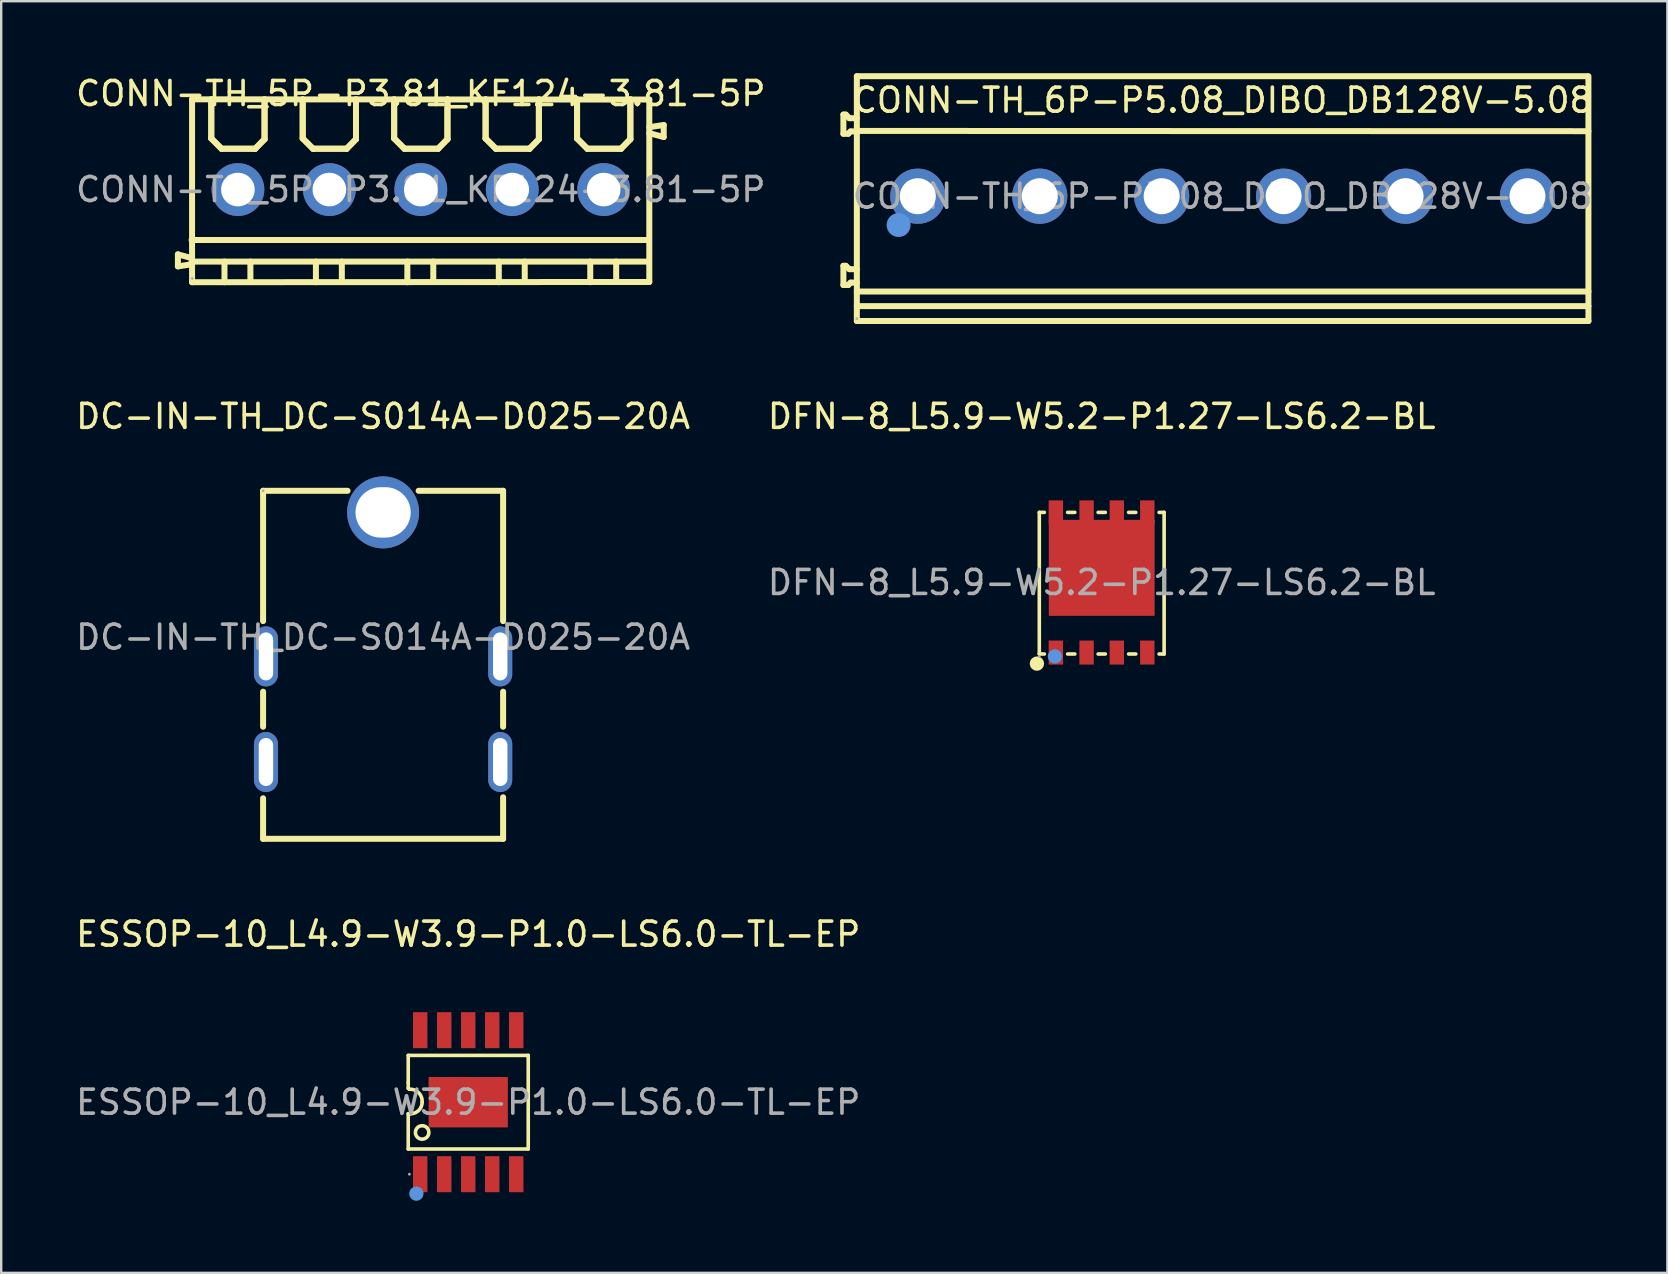
<source format=kicad_pcb>
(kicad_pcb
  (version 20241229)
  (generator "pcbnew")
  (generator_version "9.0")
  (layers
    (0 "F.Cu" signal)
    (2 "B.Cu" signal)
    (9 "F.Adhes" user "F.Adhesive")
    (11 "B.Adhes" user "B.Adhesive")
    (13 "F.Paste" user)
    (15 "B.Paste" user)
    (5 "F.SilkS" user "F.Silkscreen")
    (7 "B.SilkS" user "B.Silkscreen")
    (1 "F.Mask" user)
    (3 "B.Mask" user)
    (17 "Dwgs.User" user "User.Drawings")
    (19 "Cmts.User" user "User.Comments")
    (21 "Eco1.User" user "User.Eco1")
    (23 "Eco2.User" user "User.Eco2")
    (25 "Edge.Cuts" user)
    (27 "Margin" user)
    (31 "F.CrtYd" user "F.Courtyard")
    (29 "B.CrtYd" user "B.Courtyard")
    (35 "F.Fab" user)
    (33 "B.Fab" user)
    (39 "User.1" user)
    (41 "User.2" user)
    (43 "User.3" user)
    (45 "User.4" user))
  (footprint "CONN-TH_5P-P3.81_KF124-3.81-5P"
    (layer "F.Cu")
    (at 14.482 4.848)
    (property "Reference" "CONN-TH_5P-P3.81_KF124-3.81-5P" (at 0 -4 0) (layer "F.SilkS") (effects (font (size 1 1) (thickness 0.15))))
    (attr through_hole)
    (fp_line (start -10.12 2.7) (end -10.12 3.2) (stroke (width 0.25) (type solid)) (layer "F.SilkS"))
    (fp_line (start -10.12 3.2) (end -9.53 3.11) (stroke (width 0.25) (type solid)) (layer "F.SilkS"))
    (fp_line (start -9.55 2.1) (end 9.5 2.1) (stroke (width 0.25) (type solid)) (layer "F.SilkS"))
    (fp_line (start -9.55 3) (end 9.5 3) (stroke (width 0.25) (type solid)) (layer "F.SilkS"))
    (fp_line (start -9.53 -3.76) (end -9.53 3.86) (stroke (width 0.25) (type solid)) (layer "F.SilkS"))
    (fp_line (start -9.53 -3.76) (end 9.52 -3.75) (stroke (width 0.25) (type solid)) (layer "F.SilkS"))
    (fp_line (start -9.53 2.86) (end -10.12 2.7) (stroke (width 0.25) (type solid)) (layer "F.SilkS"))
    (fp_line (start -9.53 3.86) (end 9.52 3.85) (stroke (width 0.25) (type solid)) (layer "F.SilkS"))
    (fp_line (start -8.73 -3.76) (end -8.73 -2.13) (stroke (width 0.25) (type solid)) (layer "F.SilkS"))
    (fp_line (start -8.73 -3.76) (end -8.73 -2.13) (stroke (width 0.25) (type solid)) (layer "F.SilkS"))
    (fp_line (start -8.73 -2.13) (end -8.3 -1.7) (stroke (width 0.25) (type solid)) (layer "F.SilkS"))
    (fp_line (start -8.73 -2.13) (end -8.3 -1.7) (stroke (width 0.25) (type solid)) (layer "F.SilkS"))
    (fp_line (start -8.3 -1.7) (end -6.9 -1.7) (stroke (width 0.25) (type solid)) (layer "F.SilkS"))
    (fp_line (start -8.3 -1.7) (end -6.9 -1.7) (stroke (width 0.25) (type solid)) (layer "F.SilkS"))
    (fp_line (start -8.18 3) (end -8.18 3.86) (stroke (width 0.25) (type solid)) (layer "F.SilkS"))
    (fp_line (start -7.1 3) (end -7.1 3.85) (stroke (width 0.25) (type solid)) (layer "F.SilkS"))
    (fp_line (start -6.9 -1.7) (end -6.51 -2.1) (stroke (width 0.25) (type solid)) (layer "F.SilkS"))
    (fp_line (start -6.9 -1.7) (end -6.51 -2.1) (stroke (width 0.25) (type solid)) (layer "F.SilkS"))
    (fp_line (start -6.51 -2.1) (end -6.51 -3.76) (stroke (width 0.25) (type solid)) (layer "F.SilkS"))
    (fp_line (start -6.51 -2.1) (end -6.51 -3.76) (stroke (width 0.25) (type solid)) (layer "F.SilkS"))
    (fp_line (start -4.92 -3.76) (end -4.92 -2.13) (stroke (width 0.25) (type solid)) (layer "F.SilkS"))
    (fp_line (start -4.92 -3.76) (end -4.92 -2.13) (stroke (width 0.25) (type solid)) (layer "F.SilkS"))
    (fp_line (start -4.92 -2.13) (end -4.49 -1.7) (stroke (width 0.25) (type solid)) (layer "F.SilkS"))
    (fp_line (start -4.92 -2.13) (end -4.49 -1.7) (stroke (width 0.25) (type solid)) (layer "F.SilkS"))
    (fp_line (start -4.49 -1.7) (end -3.09 -1.7) (stroke (width 0.25) (type solid)) (layer "F.SilkS"))
    (fp_line (start -4.49 -1.7) (end -3.09 -1.7) (stroke (width 0.25) (type solid)) (layer "F.SilkS"))
    (fp_line (start -4.37 3) (end -4.37 3.86) (stroke (width 0.25) (type solid)) (layer "F.SilkS"))
    (fp_line (start -3.29 3) (end -3.29 3.85) (stroke (width 0.25) (type solid)) (layer "F.SilkS"))
    (fp_line (start -3.09 -1.7) (end -2.7 -2.1) (stroke (width 0.25) (type solid)) (layer "F.SilkS"))
    (fp_line (start -3.09 -1.7) (end -2.7 -2.1) (stroke (width 0.25) (type solid)) (layer "F.SilkS"))
    (fp_line (start -2.7 -2.1) (end -2.7 -3.76) (stroke (width 0.25) (type solid)) (layer "F.SilkS"))
    (fp_line (start -2.7 -2.1) (end -2.7 -3.76) (stroke (width 0.25) (type solid)) (layer "F.SilkS"))
    (fp_line (start -1.11 -3.76) (end -1.11 -2.13) (stroke (width 0.25) (type solid)) (layer "F.SilkS"))
    (fp_line (start -1.11 -3.76) (end -1.11 -2.13) (stroke (width 0.25) (type solid)) (layer "F.SilkS"))
    (fp_line (start -1.11 -2.13) (end -0.68 -1.7) (stroke (width 0.25) (type solid)) (layer "F.SilkS"))
    (fp_line (start -1.11 -2.13) (end -0.68 -1.7) (stroke (width 0.25) (type solid)) (layer "F.SilkS"))
    (fp_line (start -0.68 -1.7) (end 0.72 -1.7) (stroke (width 0.25) (type solid)) (layer "F.SilkS"))
    (fp_line (start -0.68 -1.7) (end 0.72 -1.7) (stroke (width 0.25) (type solid)) (layer "F.SilkS"))
    (fp_line (start -0.56 3) (end -0.56 3.86) (stroke (width 0.25) (type solid)) (layer "F.SilkS"))
    (fp_line (start 0.52 3) (end 0.52 3.85) (stroke (width 0.25) (type solid)) (layer "F.SilkS"))
    (fp_line (start 0.72 -1.7) (end 1.11 -2.1) (stroke (width 0.25) (type solid)) (layer "F.SilkS"))
    (fp_line (start 0.72 -1.7) (end 1.11 -2.1) (stroke (width 0.25) (type solid)) (layer "F.SilkS"))
    (fp_line (start 1.11 -2.1) (end 1.11 -3.76) (stroke (width 0.25) (type solid)) (layer "F.SilkS"))
    (fp_line (start 1.11 -2.1) (end 1.11 -3.76) (stroke (width 0.25) (type solid)) (layer "F.SilkS"))
    (fp_line (start 2.7 -3.76) (end 2.7 -2.13) (stroke (width 0.25) (type solid)) (layer "F.SilkS"))
    (fp_line (start 2.7 -3.76) (end 2.7 -2.13) (stroke (width 0.25) (type solid)) (layer "F.SilkS"))
    (fp_line (start 2.7 -2.13) (end 3.13 -1.7) (stroke (width 0.25) (type solid)) (layer "F.SilkS"))
    (fp_line (start 2.7 -2.13) (end 3.13 -1.7) (stroke (width 0.25) (type solid)) (layer "F.SilkS"))
    (fp_line (start 3.13 -1.7) (end 4.53 -1.7) (stroke (width 0.25) (type solid)) (layer "F.SilkS"))
    (fp_line (start 3.13 -1.7) (end 4.53 -1.7) (stroke (width 0.25) (type solid)) (layer "F.SilkS"))
    (fp_line (start 3.25 3) (end 3.25 3.86) (stroke (width 0.25) (type solid)) (layer "F.SilkS"))
    (fp_line (start 4.33 3) (end 4.33 3.85) (stroke (width 0.25) (type solid)) (layer "F.SilkS"))
    (fp_line (start 4.53 -1.7) (end 4.92 -2.1) (stroke (width 0.25) (type solid)) (layer "F.SilkS"))
    (fp_line (start 4.53 -1.7) (end 4.92 -2.1) (stroke (width 0.25) (type solid)) (layer "F.SilkS"))
    (fp_line (start 4.92 -2.1) (end 4.92 -3.76) (stroke (width 0.25) (type solid)) (layer "F.SilkS"))
    (fp_line (start 4.92 -2.1) (end 4.92 -3.76) (stroke (width 0.25) (type solid)) (layer "F.SilkS"))
    (fp_line (start 6.51 -3.76) (end 6.51 -2.13) (stroke (width 0.25) (type solid)) (layer "F.SilkS"))
    (fp_line (start 6.51 -3.76) (end 6.51 -2.13) (stroke (width 0.25) (type solid)) (layer "F.SilkS"))
    (fp_line (start 6.51 -2.13) (end 6.94 -1.7) (stroke (width 0.25) (type solid)) (layer "F.SilkS"))
    (fp_line (start 6.51 -2.13) (end 6.94 -1.7) (stroke (width 0.25) (type solid)) (layer "F.SilkS"))
    (fp_line (start 6.94 -1.7) (end 8.34 -1.7) (stroke (width 0.25) (type solid)) (layer "F.SilkS"))
    (fp_line (start 6.94 -1.7) (end 8.34 -1.7) (stroke (width 0.25) (type solid)) (layer "F.SilkS"))
    (fp_line (start 7.06 3) (end 7.06 3.86) (stroke (width 0.25) (type solid)) (layer "F.SilkS"))
    (fp_line (start 8.14 3) (end 8.14 3.85) (stroke (width 0.25) (type solid)) (layer "F.SilkS"))
    (fp_line (start 8.34 -1.7) (end 8.73 -2.1) (stroke (width 0.25) (type solid)) (layer "F.SilkS"))
    (fp_line (start 8.34 -1.7) (end 8.73 -2.1) (stroke (width 0.25) (type solid)) (layer "F.SilkS"))
    (fp_line (start 8.73 -2.1) (end 8.73 -3.76) (stroke (width 0.25) (type solid)) (layer "F.SilkS"))
    (fp_line (start 8.73 -2.1) (end 8.73 -3.76) (stroke (width 0.25) (type solid)) (layer "F.SilkS"))
    (fp_line (start 9.52 -2.35) (end 10.12 -2.19) (stroke (width 0.25) (type solid)) (layer "F.SilkS"))
    (fp_line (start 9.52 3.85) (end 9.52 -3.75) (stroke (width 0.25) (type solid)) (layer "F.SilkS"))
    (fp_line (start 10.12 -2.69) (end 9.52 -2.6) (stroke (width 0.25) (type solid)) (layer "F.SilkS"))
    (fp_line (start 10.12 -2.19) (end 10.12 -2.69) (stroke (width 0.25) (type solid)) (layer "F.SilkS"))
    (fp_circle (center -9.52 3.7) (end -9.49 3.7) (stroke (width 0.06) (type solid)) (fill no) (layer "F.Fab"))
    (fp_text user "${REFERENCE}" (at 0 0 0) (layer "F.Fab") (effects (font (size 1 1) (thickness 0.15))))
    (pad "1" thru_hole circle (at -7.62 0) (size 2.2 2.2) (drill 1.4) (layers "*.Cu" "*.Mask"))
    (pad "2" thru_hole circle (at -3.81 0) (size 2.2 2.2) (drill 1.4) (layers "*.Cu" "*.Mask"))
    (pad "3" thru_hole circle (at 0 0) (size 2.2 2.2) (drill 1.4) (layers "*.Cu" "*.Mask"))
    (pad "4" thru_hole circle (at 3.81 0) (size 2.2 2.2) (drill 1.4) (layers "*.Cu" "*.Mask"))
    (pad "5" thru_hole circle (at 7.62 0) (size 2.2 2.2) (drill 1.4) (layers "*.Cu" "*.Mask")))
  (footprint "DC-IN-TH_DC-S014A-D025-20A"
    (layer "F.Cu")
    (at 12.911 23.498)
    (property "Reference" "DC-IN-TH_DC-S014A-D025-20A" (at 0 -9.2 0) (layer "F.SilkS") (effects (font (size 1 1) (thickness 0.15))))
    (attr through_hole)
    (fp_line (start -5 -6.1) (end -5 -0.67) (stroke (width 0.25) (type solid)) (layer "F.SilkS"))
    (fp_line (start -5 -6.1) (end -1.48 -6.1) (stroke (width 0.25) (type solid)) (layer "F.SilkS"))
    (fp_line (start -5 2.27) (end -5 3.73) (stroke (width 0.25) (type solid)) (layer "F.SilkS"))
    (fp_line (start -5 6.71) (end -5 8.4) (stroke (width 0.25) (type solid)) (layer "F.SilkS"))
    (fp_line (start -5 8.4) (end 5 8.4) (stroke (width 0.25) (type solid)) (layer "F.SilkS"))
    (fp_line (start 1.48 -6.1) (end 5 -6.1) (stroke (width 0.25) (type solid)) (layer "F.SilkS"))
    (fp_line (start 5 -6.1) (end 5 -0.67) (stroke (width 0.25) (type solid)) (layer "F.SilkS"))
    (fp_line (start 5 2.27) (end 5 3.73) (stroke (width 0.25) (type solid)) (layer "F.SilkS"))
    (fp_line (start 5 8.4) (end 5 6.67) (stroke (width 0.25) (type solid)) (layer "F.SilkS"))
    (fp_circle (center -5 -6.1) (end -4.97 -6.1) (stroke (width 0.06) (type solid)) (fill no) (layer "F.Fab"))
    (fp_circle (center 0 -5.2) (end 0.45 -5.2) (stroke (width 0.9) (type solid)) (fill no) (layer "F.Fab"))
    (fp_text user "${REFERENCE}" (at 0 0 0) (layer "F.Fab") (effects (font (size 1 1) (thickness 0.15))))
    (pad "1" thru_hole oval (at 0 -5.2 90) (size 3 3) (drill oval 2.1 2.3) (layers "*.Cu" "*.Mask"))
    (pad "2" thru_hole oval (at -4.88 0.8 90) (size 2.5 1) (drill oval 2 0.6) (layers "*.Cu" "*.Mask"))
    (pad "2" thru_hole oval (at -4.88 5.2 90) (size 2.5 1) (drill oval 2 0.6) (layers "*.Cu" "*.Mask"))
    (pad "2" thru_hole oval (at 4.88 0.8 90) (size 2.5 1) (drill oval 2 0.6) (layers "*.Cu" "*.Mask"))
    (pad "2" thru_hole oval (at 4.88 5.2 90) (size 2.5 1) (drill oval 2 0.6) (layers "*.Cu" "*.Mask")))
  (footprint "ESSOP-10_L4.9-W3.9-P1.0-LS6.0-TL-EP"
    (layer "F.Cu")
    (at 16.458 42.871)
    (property "Reference" "ESSOP-10_L4.9-W3.9-P1.0-LS6.0-TL-EP" (at 0 -7 0) (layer "F.SilkS") (effects (font (size 1 1) (thickness 0.15))))
    (attr smd)
    (fp_line (start -2.5 -1.95) (end 2.5 -1.95) (stroke (width 0.15) (type solid)) (layer "F.SilkS"))
    (fp_line (start -2.5 -0.82) (end -2.5 -1.95) (stroke (width 0.15) (type solid)) (layer "F.SilkS"))
    (fp_line (start -2.5 -0.58) (end -2.5 -0.82) (stroke (width 0.15) (type solid)) (layer "F.SilkS"))
    (fp_line (start -2.5 0.48) (end -2.4 0.48) (stroke (width 0.15) (type solid)) (layer "F.SilkS"))
    (fp_line (start -2.5 1.95) (end -2.5 0.48) (stroke (width 0.15) (type solid)) (layer "F.SilkS"))
    (fp_line (start -2.5 1.95) (end 2.5 1.95) (stroke (width 0.15) (type solid)) (layer "F.SilkS"))
    (fp_line (start -2.46 -0.54) (end -2.5 -0.58) (stroke (width 0.15) (type solid)) (layer "F.SilkS"))
    (fp_line (start 2.5 1.95) (end 2.5 -1.95) (stroke (width 0.15) (type solid)) (layer "F.SilkS"))
    (fp_arc (start -2.46 -0.54) (mid -2.063982 -0.393343) (end -1.920316 0.00377) (stroke (width 0.15) (type solid)) (layer "F.SilkS"))
    (fp_arc (start -1.92 0) (mid -2.060589 0.339411) (end -2.4 0.48) (stroke (width 0.15) (type solid)) (layer "F.SilkS"))
    (fp_circle (center -1.92 1.26) (end -1.64 1.26) (stroke (width 0.15) (type solid)) (fill no) (layer "F.SilkS"))
    (fp_circle (center -2.16 3.81) (end -2.01 3.81) (stroke (width 0.3) (type solid)) (fill no) (layer "Cmts.User"))
    (fp_circle (center -2.45 3) (end -2.42 3) (stroke (width 0.06) (type solid)) (fill no) (layer "F.Fab"))
    (fp_text user "${REFERENCE}" (at 0 0 0) (layer "F.Fab") (effects (font (size 1 1) (thickness 0.15))))
    (pad "1" smd rect (at -2 3 90) (size 1.5 0.6) (layers "F.Cu" "F.Mask" "F.Paste"))
    (pad "2" smd rect (at -1 3 90) (size 1.5 0.6) (layers "F.Cu" "F.Mask" "F.Paste"))
    (pad "3" smd rect (at 0 3 90) (size 1.5 0.6) (layers "F.Cu" "F.Mask" "F.Paste"))
    (pad "4" smd rect (at 1 3 90) (size 1.5 0.6) (layers "F.Cu" "F.Mask" "F.Paste"))
    (pad "5" smd rect (at 2 3 90) (size 1.5 0.6) (layers "F.Cu" "F.Mask" "F.Paste"))
    (pad "6" smd rect (at 2 -3 90) (size 1.5 0.6) (layers "F.Cu" "F.Mask" "F.Paste"))
    (pad "7" smd rect (at 1 -3 90) (size 1.5 0.6) (layers "F.Cu" "F.Mask" "F.Paste"))
    (pad "8" smd rect (at 0 -3 90) (size 1.5 0.6) (layers "F.Cu" "F.Mask" "F.Paste"))
    (pad "9" smd rect (at -1 -3 90) (size 1.5 0.6) (layers "F.Cu" "F.Mask" "F.Paste"))
    (pad "10" smd rect (at -2 -3 90) (size 1.5 0.6) (layers "F.Cu" "F.Mask" "F.Paste"))
    (pad "11" smd rect (at 0 0 180) (size 3.3 2.1) (layers "F.Cu" "F.Mask" "F.Paste")))
  (footprint "CONN-TH_6P-P5.08_DIBO_DB128V-5.08"
    (layer "F.Cu")
    (at 47.889 5.125)
    (property "Reference" "CONN-TH_6P-P5.08_DIBO_DB128V-5.08" (at 0 -4 0) (layer "F.SilkS") (effects (font (size 1 1) (thickness 0.15))))
    (attr through_hole)
    (fp_line (start -15.8 -3.4) (end -15.8 -2.6) (stroke (width 0.25) (type solid)) (layer "F.SilkS"))
    (fp_line (start -15.8 -2.6) (end -15.6 -2.6) (stroke (width 0.25) (type solid)) (layer "F.SilkS"))
    (fp_line (start -15.8 2.9) (end -15.8 3.7) (stroke (width 0.25) (type solid)) (layer "F.SilkS"))
    (fp_line (start -15.8 3.7) (end -15.6 3.7) (stroke (width 0.25) (type solid)) (layer "F.SilkS"))
    (fp_line (start -15.7 -3.4) (end -15.8 -3.4) (stroke (width 0.25) (type solid)) (layer "F.SilkS"))
    (fp_line (start -15.7 2.9) (end -15.8 2.9) (stroke (width 0.25) (type solid)) (layer "F.SilkS"))
    (fp_line (start -15.6 -2.6) (end -15.5 -2.7) (stroke (width 0.25) (type solid)) (layer "F.SilkS"))
    (fp_line (start -15.6 3.7) (end -15.5 3.6) (stroke (width 0.25) (type solid)) (layer "F.SilkS"))
    (fp_line (start -15.55 -3.25) (end -15.7 -3.4) (stroke (width 0.25) (type solid)) (layer "F.SilkS"))
    (fp_line (start -15.55 3.04) (end -15.7 2.9) (stroke (width 0.25) (type solid)) (layer "F.SilkS"))
    (fp_line (start -15.5 -2.7) (end -15.24 -2.7) (stroke (width 0.25) (type solid)) (layer "F.SilkS"))
    (fp_line (start -15.5 3.6) (end -15.24 3.6) (stroke (width 0.25) (type solid)) (layer "F.SilkS"))
    (fp_line (start -15.24 -5) (end -15.24 5.2) (stroke (width 0.25) (type solid)) (layer "F.SilkS"))
    (fp_line (start -15.24 -5) (end 15.2 -5) (stroke (width 0.25) (type solid)) (layer "F.SilkS"))
    (fp_line (start -15.24 -3.25) (end -15.55 -3.25) (stroke (width 0.25) (type solid)) (layer "F.SilkS"))
    (fp_line (start -15.24 -2.72) (end 15.24 -2.71) (stroke (width 0.25) (type solid)) (layer "F.SilkS"))
    (fp_line (start -15.24 -2.7) (end -15.2 -2.7) (stroke (width 0.25) (type solid)) (layer "F.SilkS"))
    (fp_line (start -15.24 3.04) (end -15.55 3.04) (stroke (width 0.25) (type solid)) (layer "F.SilkS"))
    (fp_line (start -15.24 3.6) (end -15.3 3.6) (stroke (width 0.25) (type solid)) (layer "F.SilkS"))
    (fp_line (start -15.24 3.97) (end 15.24 3.97) (stroke (width 0.25) (type solid)) (layer "F.SilkS"))
    (fp_line (start -15.24 4.58) (end 15.24 4.58) (stroke (width 0.25) (type solid)) (layer "F.SilkS"))
    (fp_line (start -15.24 5.2) (end 15.24 5.2) (stroke (width 0.25) (type solid)) (layer "F.SilkS"))
    (fp_line (start 15.24 -5) (end 15.24 5.2) (stroke (width 0.25) (type solid)) (layer "F.SilkS"))
    (fp_circle (center -13.5 1.2) (end -13.25 1.2) (stroke (width 0.5) (type solid)) (fill no) (layer "Cmts.User"))
    (fp_circle (center -15.24 5.1) (end -15.21 5.1) (stroke (width 0.06) (type solid)) (fill no) (layer "F.Fab"))
    (fp_text user "${REFERENCE}" (at 0 0 0) (layer "F.Fab") (effects (font (size 1 1) (thickness 0.15))))
    (pad "1" thru_hole circle (at -12.7 0) (size 2.3 2.3) (drill 1.5) (layers "*.Cu" "*.Mask"))
    (pad "2" thru_hole circle (at -7.62 0) (size 2.3 2.3) (drill 1.5) (layers "*.Cu" "*.Mask"))
    (pad "3" thru_hole circle (at -2.54 0) (size 2.3 2.3) (drill 1.5) (layers "*.Cu" "*.Mask"))
    (pad "4" thru_hole circle (at 2.54 0) (size 2.3 2.3) (drill 1.5) (layers "*.Cu" "*.Mask"))
    (pad "5" thru_hole circle (at 7.62 0) (size 2.3 2.3) (drill 1.5) (layers "*.Cu" "*.Mask"))
    (pad "6" thru_hole circle (at 12.7 0) (size 2.3 2.3) (drill 1.5) (layers "*.Cu" "*.Mask")))
  (footprint "DFN-8_L5.9-W5.2-P1.27-LS6.2-BL"
    (layer "F.Cu")
    (at 42.851 21.218)
    (property "Reference" "DFN-8_L5.9-W5.2-P1.27-LS6.2-BL" (at 0 -6.92 0) (layer "F.SilkS") (effects (font (size 1 1) (thickness 0.15))))
    (attr smd)
    (fp_line (start -2.6 -2.92) (end -2.39 -2.92) (stroke (width 0.15) (type solid)) (layer "F.SilkS"))
    (fp_line (start -2.6 2.98) (end -2.6 -2.92) (stroke (width 0.15) (type solid)) (layer "F.SilkS"))
    (fp_line (start -2.39 2.98) (end -2.6 2.98) (stroke (width 0.15) (type solid)) (layer "F.SilkS"))
    (fp_line (start -1.42 -2.92) (end -1.12 -2.92) (stroke (width 0.15) (type solid)) (layer "F.SilkS"))
    (fp_line (start -1.12 2.98) (end -1.42 2.98) (stroke (width 0.15) (type solid)) (layer "F.SilkS"))
    (fp_line (start -0.15 -2.92) (end 0.15 -2.92) (stroke (width 0.15) (type solid)) (layer "F.SilkS"))
    (fp_line (start 0.15 2.98) (end -0.15 2.98) (stroke (width 0.15) (type solid)) (layer "F.SilkS"))
    (fp_line (start 1.12 -2.92) (end 1.42 -2.92) (stroke (width 0.15) (type solid)) (layer "F.SilkS"))
    (fp_line (start 1.42 2.98) (end 1.12 2.98) (stroke (width 0.15) (type solid)) (layer "F.SilkS"))
    (fp_line (start 2.39 -2.92) (end 2.6 -2.92) (stroke (width 0.15) (type solid)) (layer "F.SilkS"))
    (fp_line (start 2.6 -2.92) (end 2.6 2.98) (stroke (width 0.15) (type solid)) (layer "F.SilkS"))
    (fp_line (start 2.6 2.98) (end 2.39 2.98) (stroke (width 0.15) (type solid)) (layer "F.SilkS"))
    (fp_circle (center -2.7 3.38) (end -2.55 3.38) (stroke (width 0.3) (type solid)) (fill no) (layer "F.SilkS"))
    (fp_circle (center -1.95 3.08) (end -1.8 3.08) (stroke (width 0.3) (type solid)) (fill no) (layer "Cmts.User"))
    (fp_circle (center -2.6 3.08) (end -2.57 3.08) (stroke (width 0.06) (type solid)) (fill no) (layer "F.Fab"))
    (fp_text user "${REFERENCE}" (at 0 0 0) (layer "F.Fab") (effects (font (size 1 1) (thickness 0.15))))
    (pad "1" smd rect (at 1.9 2.92) (size 0.6 1) (layers "F.Cu" "F.Mask" "F.Paste"))
    (pad "2" smd rect (at -1.91 -2.92) (size 0.6 1) (layers "F.Cu" "F.Mask" "F.Paste"))
    (pad "2" smd rect (at -0.63 -2.92) (size 0.6 1) (layers "F.Cu" "F.Mask" "F.Paste"))
    (pad "2" smd rect (at 0 -0.61) (size 4.41 4) (layers "F.Cu" "F.Mask" "F.Paste"))
    (pad "2" smd rect (at 0.63 -2.92) (size 0.6 1) (layers "F.Cu" "F.Mask" "F.Paste"))
    (pad "2" smd rect (at 1.9 -2.92) (size 0.6 1) (layers "F.Cu" "F.Mask" "F.Paste"))
    (pad "3" smd rect (at -1.91 2.92) (size 0.6 1) (layers "F.Cu" "F.Mask" "F.Paste"))
    (pad "3" smd rect (at -0.63 2.92) (size 0.6 1) (layers "F.Cu" "F.Mask" "F.Paste"))
    (pad "3" smd rect (at 0.63 2.92) (size 0.6 1) (layers "F.Cu" "F.Mask" "F.Paste")))
  (gr_rect
    (start -3 -3)
    (end 66.419 49.981)
    (stroke (width 0.1) (type default))
    (fill no)
    (layer "Edge.Cuts")))
</source>
